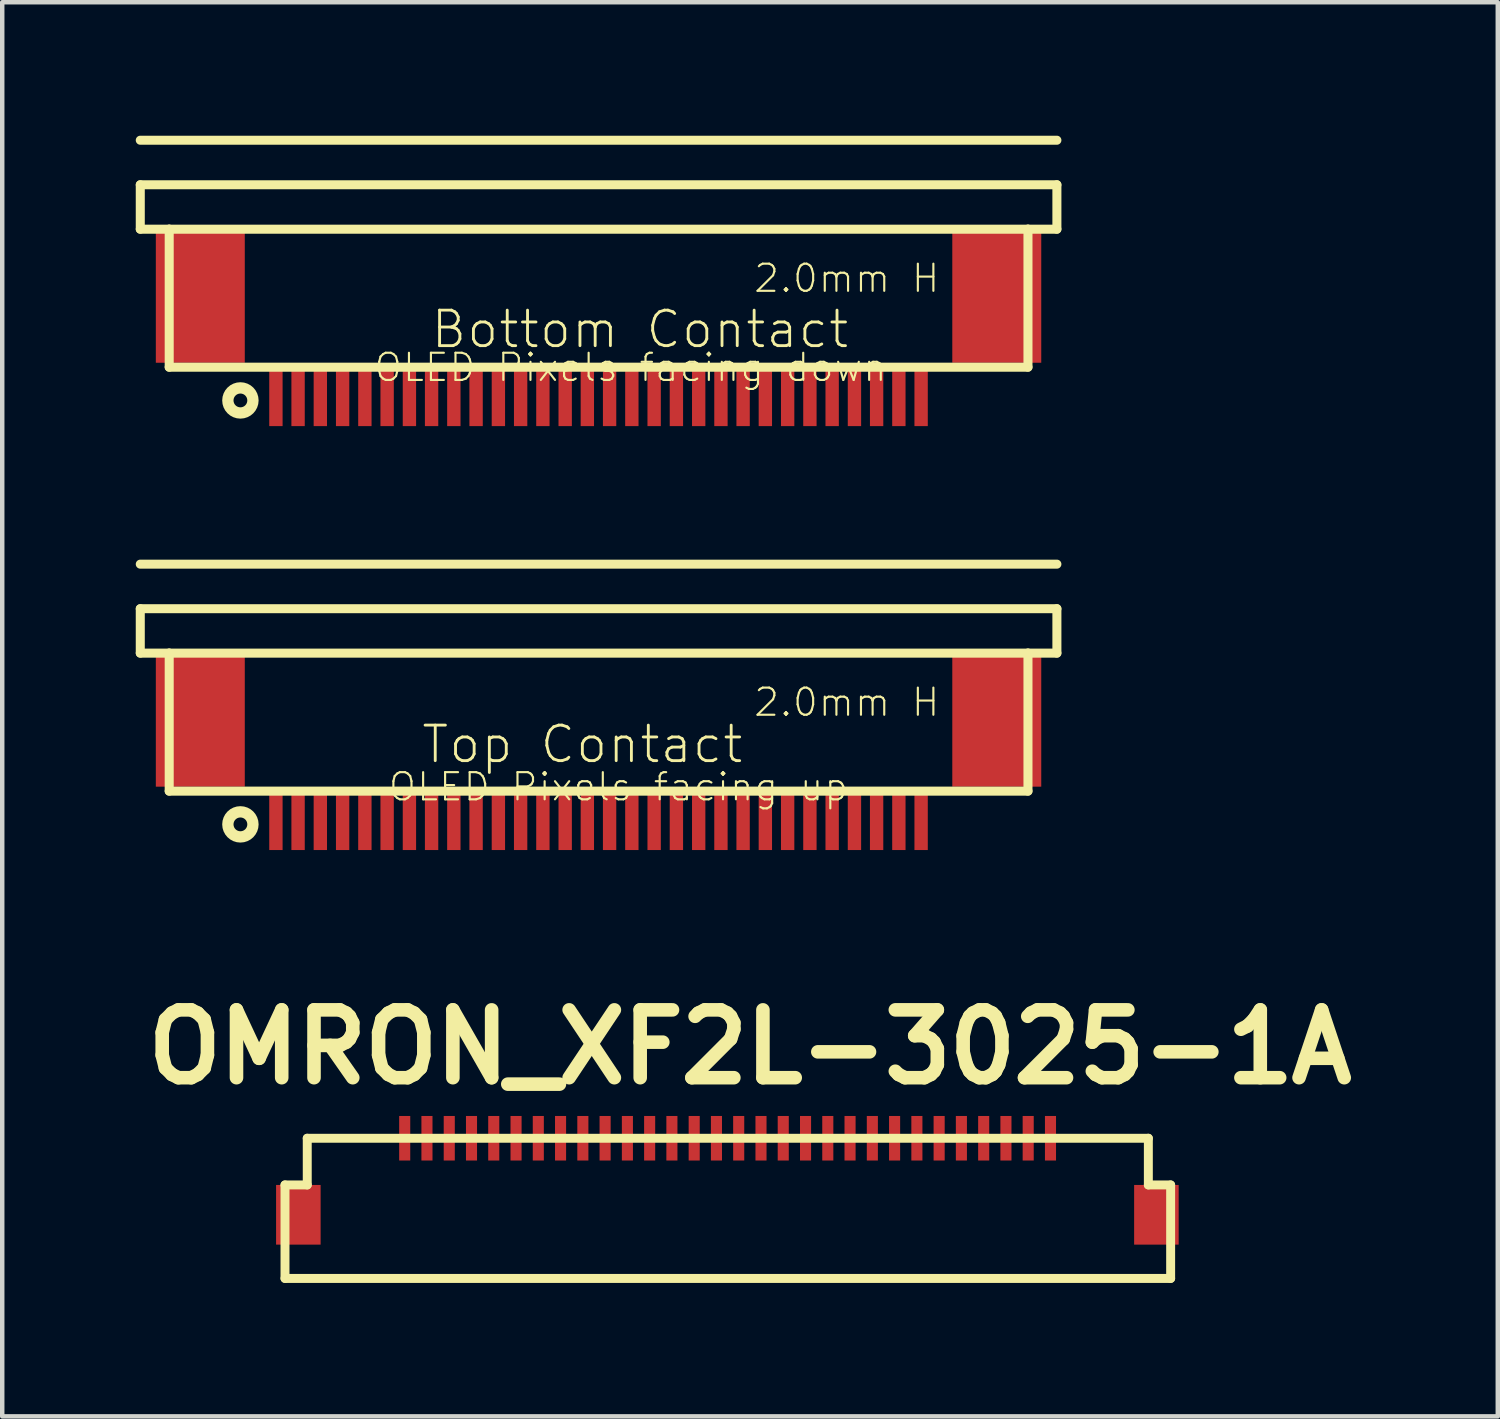
<source format=kicad_pcb>
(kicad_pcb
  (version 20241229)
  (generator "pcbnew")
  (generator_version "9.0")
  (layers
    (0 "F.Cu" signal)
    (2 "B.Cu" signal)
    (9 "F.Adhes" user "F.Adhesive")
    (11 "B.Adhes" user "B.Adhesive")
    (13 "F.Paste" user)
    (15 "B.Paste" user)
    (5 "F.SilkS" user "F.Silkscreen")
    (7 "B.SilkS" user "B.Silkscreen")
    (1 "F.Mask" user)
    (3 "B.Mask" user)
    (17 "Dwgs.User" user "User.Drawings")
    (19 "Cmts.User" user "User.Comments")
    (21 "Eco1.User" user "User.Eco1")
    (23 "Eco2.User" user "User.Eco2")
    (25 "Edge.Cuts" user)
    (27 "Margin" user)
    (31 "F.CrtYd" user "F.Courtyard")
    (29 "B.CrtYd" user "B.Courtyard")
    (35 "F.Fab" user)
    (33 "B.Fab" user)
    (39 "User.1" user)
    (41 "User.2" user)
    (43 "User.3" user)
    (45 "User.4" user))
  (footprint "OMRON_XF2L-3025-1A"
    (layer "F.Cu")
    (at 4.154 23.576)
    (property "Reference" "OMRON_XF2L-3025-1A" (at 9.649 -3.099 0) (layer "F.SilkS") (effects (font (size 1.524 1.524) (thickness 0.305))))
    (attr through_hole)
    (fp_line (start -0.8 0) (end -0.3 0) (stroke (width 0.201) (type solid)) (layer "F.SilkS"))
    (fp_line (start -0.8 2.101) (end -0.8 0) (stroke (width 0.201) (type solid)) (layer "F.SilkS"))
    (fp_line (start -0.8 2.101) (end 19.101 2.101) (stroke (width 0.201) (type solid)) (layer "F.SilkS"))
    (fp_line (start -0.3 -1.049) (end 18.6 -1.049) (stroke (width 0.201) (type solid)) (layer "F.SilkS"))
    (fp_line (start -0.3 0) (end -0.3 -1.049) (stroke (width 0.201) (type solid)) (layer "F.SilkS"))
    (fp_line (start 18.6 -1.049) (end 18.6 0) (stroke (width 0.201) (type solid)) (layer "F.SilkS"))
    (fp_line (start 18.6 0) (end 19.101 0) (stroke (width 0.201) (type solid)) (layer "F.SilkS"))
    (fp_line (start 19.101 0) (end 19.101 2.101) (stroke (width 0.201) (type solid)) (layer "F.SilkS"))
    (pad "1" smd rect (at 1.89 -1.049) (size 0.249 1.001) (layers "F.Cu" "F.Mask" "F.Paste"))
    (pad "2" smd rect (at 2.39 -1.049) (size 0.249 1.001) (layers "F.Cu" "F.Mask" "F.Paste"))
    (pad "3" smd rect (at 2.891 -1.049) (size 0.249 1.001) (layers "F.Cu" "F.Mask" "F.Paste"))
    (pad "4" smd rect (at 3.391 -1.049) (size 0.249 1.001) (layers "F.Cu" "F.Mask" "F.Paste"))
    (pad "5" smd rect (at 3.891 -1.049) (size 0.249 1.001) (layers "F.Cu" "F.Mask" "F.Paste"))
    (pad "6" smd rect (at 4.392 -1.049) (size 0.249 1.001) (layers "F.Cu" "F.Mask" "F.Paste"))
    (pad "7" smd rect (at 4.892 -1.049) (size 0.249 1.001) (layers "F.Cu" "F.Mask" "F.Paste"))
    (pad "8" smd rect (at 5.392 -1.049) (size 0.249 1.001) (layers "F.Cu" "F.Mask" "F.Paste"))
    (pad "9" smd rect (at 5.893 -1.049) (size 0.249 1.001) (layers "F.Cu" "F.Mask" "F.Paste"))
    (pad "10" smd rect (at 6.393 -1.049) (size 0.249 1.001) (layers "F.Cu" "F.Mask" "F.Paste"))
    (pad "11" smd rect (at 6.894 -1.049) (size 0.249 1.001) (layers "F.Cu" "F.Mask" "F.Paste"))
    (pad "12" smd rect (at 7.394 -1.049) (size 0.249 1.001) (layers "F.Cu" "F.Mask" "F.Paste"))
    (pad "13" smd rect (at 7.894 -1.049) (size 0.249 1.001) (layers "F.Cu" "F.Mask" "F.Paste"))
    (pad "14" smd rect (at 8.395 -1.049) (size 0.249 1.001) (layers "F.Cu" "F.Mask" "F.Paste"))
    (pad "15" smd rect (at 8.895 -1.049) (size 0.249 1.001) (layers "F.Cu" "F.Mask" "F.Paste"))
    (pad "16" smd rect (at 9.395 -1.049) (size 0.249 1.001) (layers "F.Cu" "F.Mask" "F.Paste"))
    (pad "17" smd rect (at 9.896 -1.049) (size 0.249 1.001) (layers "F.Cu" "F.Mask" "F.Paste"))
    (pad "18" smd rect (at 10.396 -1.049) (size 0.249 1.001) (layers "F.Cu" "F.Mask" "F.Paste"))
    (pad "19" smd rect (at 10.897 -1.049) (size 0.249 1.001) (layers "F.Cu" "F.Mask" "F.Paste"))
    (pad "20" smd rect (at 11.397 -1.049) (size 0.249 1.001) (layers "F.Cu" "F.Mask" "F.Paste"))
    (pad "21" smd rect (at 11.897 -1.049) (size 0.249 1.001) (layers "F.Cu" "F.Mask" "F.Paste"))
    (pad "22" smd rect (at 12.398 -1.049) (size 0.249 1.001) (layers "F.Cu" "F.Mask" "F.Paste"))
    (pad "23" smd rect (at 12.898 -1.049) (size 0.249 1.001) (layers "F.Cu" "F.Mask" "F.Paste"))
    (pad "24" smd rect (at 13.399 -1.049) (size 0.249 1.001) (layers "F.Cu" "F.Mask" "F.Paste"))
    (pad "25" smd rect (at 13.899 -1.049) (size 0.249 1.001) (layers "F.Cu" "F.Mask" "F.Paste"))
    (pad "26" smd rect (at 14.399 -1.049) (size 0.249 1.001) (layers "F.Cu" "F.Mask" "F.Paste"))
    (pad "27" smd rect (at 14.9 -1.049) (size 0.249 1.001) (layers "F.Cu" "F.Mask" "F.Paste"))
    (pad "28" smd rect (at 15.4 -1.049) (size 0.249 1.001) (layers "F.Cu" "F.Mask" "F.Paste"))
    (pad "29" smd rect (at 15.9 -1.049) (size 0.249 1.001) (layers "F.Cu" "F.Mask" "F.Paste"))
    (pad "30" smd rect (at 16.401 -1.049) (size 0.249 1.001) (layers "F.Cu" "F.Mask" "F.Paste"))
    (pad "S1" smd rect (at -0.5 0.671) (size 1.001 1.341) (layers "F.Cu" "F.Mask" "F.Paste"))
    (pad "S2" smd rect (at 18.781 0.671) (size 1.001 1.341) (layers "F.Cu" "F.Mask" "F.Paste")))
  (footprint "OLED-128C128-FPC-BOT"
    (layer "F.Cu")
    (at 3.15 5.9)
    (property "Reference" "OLED-128C128-FPC-BOT" (at 15.997 0.259 0) (layer "Eco1.User") (effects (font (size 0.406 0.406) (thickness 0.03))))
    (attr through_hole)
    (fp_line (start -3.048 -5.799) (end 17.549 -5.799) (stroke (width 0.203) (type solid)) (layer "F.SilkS"))
    (fp_line (start -3.048 -4.798) (end -3.048 -3.8) (stroke (width 0.203) (type solid)) (layer "F.SilkS"))
    (fp_line (start -3.048 -4.798) (end 17.549 -4.798) (stroke (width 0.203) (type solid)) (layer "F.SilkS"))
    (fp_line (start -3.048 -3.8) (end -2.398 -3.8) (stroke (width 0.203) (type solid)) (layer "F.SilkS"))
    (fp_line (start -2.398 -3.8) (end 16.899 -3.8) (stroke (width 0.203) (type solid)) (layer "F.SilkS"))
    (fp_line (start -2.398 -0.699) (end -2.398 -3.8) (stroke (width 0.203) (type solid)) (layer "F.SilkS"))
    (fp_line (start -2.398 -0.699) (end 16.899 -0.699) (stroke (width 0.203) (type solid)) (layer "F.SilkS"))
    (fp_line (start 16.899 -0.699) (end 16.899 -3.8) (stroke (width 0.203) (type solid)) (layer "F.SilkS"))
    (fp_line (start 17.549 -4.798) (end 17.549 -3.8) (stroke (width 0.203) (type solid)) (layer "F.SilkS"))
    (fp_line (start 17.549 -3.8) (end 16.899 -3.8) (stroke (width 0.203) (type solid)) (layer "F.SilkS"))
    (fp_circle (center -0.798 0.048) (end -0.516 0.048) (stroke (width 0.254) (type solid)) (fill no) (layer "F.SilkS"))
    (fp_text user "OLED Pixels facing down" (at 7.971 -0.693 0) (layer "F.SilkS") (effects (font (size 0.61 0.61) (thickness 0.048))))
    (fp_text user "Bottom Contact" (at 8.181 -1.549 0) (layer "F.SilkS") (effects (font (size 0.798 0.798) (thickness 0.064))))
    (fp_text user "2.0mm H" (at 12.827 -2.695 0) (layer "F.SilkS") (effects (font (size 0.61 0.61) (thickness 0.048))))
    (pad "1" smd rect (at 14.498 0 270) (size 1.25 0.3) (layers "F.Cu" "F.Mask" "F.Paste"))
    (pad "2" smd rect (at 13.998 0 270) (size 1.25 0.3) (layers "F.Cu" "F.Mask" "F.Paste"))
    (pad "3" smd rect (at 13.498 0 270) (size 1.25 0.3) (layers "F.Cu" "F.Mask" "F.Paste"))
    (pad "4" smd rect (at 13 0 270) (size 1.25 0.3) (layers "F.Cu" "F.Mask" "F.Paste"))
    (pad "5" smd rect (at 12.499 0 270) (size 1.25 0.3) (layers "F.Cu" "F.Mask" "F.Paste"))
    (pad "6" smd rect (at 11.999 0 270) (size 1.25 0.3) (layers "F.Cu" "F.Mask" "F.Paste"))
    (pad "7" smd rect (at 11.499 0 270) (size 1.25 0.3) (layers "F.Cu" "F.Mask" "F.Paste"))
    (pad "8" smd rect (at 10.998 0 270) (size 1.25 0.3) (layers "F.Cu" "F.Mask" "F.Paste"))
    (pad "9" smd rect (at 10.498 0 270) (size 1.25 0.3) (layers "F.Cu" "F.Mask" "F.Paste"))
    (pad "10" smd rect (at 10 0 270) (size 1.25 0.3) (layers "F.Cu" "F.Mask" "F.Paste"))
    (pad "11" smd rect (at 9.5 0 270) (size 1.25 0.3) (layers "F.Cu" "F.Mask" "F.Paste"))
    (pad "12" smd rect (at 8.999 0 270) (size 1.25 0.3) (layers "F.Cu" "F.Mask" "F.Paste"))
    (pad "13" smd rect (at 8.499 0 270) (size 1.25 0.3) (layers "F.Cu" "F.Mask" "F.Paste"))
    (pad "14" smd rect (at 7.998 0 270) (size 1.25 0.3) (layers "F.Cu" "F.Mask" "F.Paste"))
    (pad "15" smd rect (at 7.498 0 270) (size 1.25 0.3) (layers "F.Cu" "F.Mask" "F.Paste"))
    (pad "16" smd rect (at 6.998 0 270) (size 1.25 0.3) (layers "F.Cu" "F.Mask" "F.Paste"))
    (pad "17" smd rect (at 6.5 0 270) (size 1.25 0.3) (layers "F.Cu" "F.Mask" "F.Paste"))
    (pad "18" smd rect (at 5.999 0 270) (size 1.25 0.3) (layers "F.Cu" "F.Mask" "F.Paste"))
    (pad "19" smd rect (at 5.499 0 270) (size 1.25 0.3) (layers "F.Cu" "F.Mask" "F.Paste"))
    (pad "20" smd rect (at 4.999 0 270) (size 1.25 0.3) (layers "F.Cu" "F.Mask" "F.Paste"))
    (pad "21" smd rect (at 4.498 0 270) (size 1.25 0.3) (layers "F.Cu" "F.Mask" "F.Paste"))
    (pad "22" smd rect (at 3.998 0 270) (size 1.25 0.3) (layers "F.Cu" "F.Mask" "F.Paste"))
    (pad "23" smd rect (at 3.498 0 270) (size 1.25 0.3) (layers "F.Cu" "F.Mask" "F.Paste"))
    (pad "24" smd rect (at 3 0 270) (size 1.25 0.3) (layers "F.Cu" "F.Mask" "F.Paste"))
    (pad "25" smd rect (at 2.499 0 270) (size 1.25 0.3) (layers "F.Cu" "F.Mask" "F.Paste"))
    (pad "26" smd rect (at 1.999 0 270) (size 1.25 0.3) (layers "F.Cu" "F.Mask" "F.Paste"))
    (pad "27" smd rect (at 1.499 0 270) (size 1.25 0.3) (layers "F.Cu" "F.Mask" "F.Paste"))
    (pad "28" smd rect (at 0.998 0 270) (size 1.25 0.3) (layers "F.Cu" "F.Mask" "F.Paste"))
    (pad "29" smd rect (at 0.498 0 270) (size 1.25 0.3) (layers "F.Cu" "F.Mask" "F.Paste"))
    (pad "30" smd rect (at 0 0 270) (size 1.25 0.3) (layers "F.Cu" "F.Mask" "F.Paste"))
    (pad "MNT1" smd rect (at -1.699 -2.299) (size 1.999 3) (layers "F.Cu" "F.Mask" "F.Paste"))
    (pad "MNT2" smd rect (at 16.198 -2.299) (size 1.999 3) (layers "F.Cu" "F.Mask" "F.Paste")))
  (footprint "OLED-128X128-FPC-TOP"
    (layer "F.Cu")
    (at 3.15 15.426)
    (property "Reference" "OLED-128X128-FPC-TOP" (at 15.997 0.259 0) (layer "Eco1.User") (effects (font (size 0.406 0.406) (thickness 0.03))))
    (attr through_hole)
    (fp_line (start -3.048 -5.799) (end 17.549 -5.799) (stroke (width 0.203) (type solid)) (layer "F.SilkS"))
    (fp_line (start -3.048 -4.798) (end -3.048 -3.8) (stroke (width 0.203) (type solid)) (layer "F.SilkS"))
    (fp_line (start -3.048 -4.798) (end 17.549 -4.798) (stroke (width 0.203) (type solid)) (layer "F.SilkS"))
    (fp_line (start -3.048 -3.8) (end -2.398 -3.8) (stroke (width 0.203) (type solid)) (layer "F.SilkS"))
    (fp_line (start -2.398 -3.8) (end 16.899 -3.8) (stroke (width 0.203) (type solid)) (layer "F.SilkS"))
    (fp_line (start -2.398 -0.699) (end -2.398 -3.8) (stroke (width 0.203) (type solid)) (layer "F.SilkS"))
    (fp_line (start -2.398 -0.699) (end 16.899 -0.699) (stroke (width 0.203) (type solid)) (layer "F.SilkS"))
    (fp_line (start 16.899 -0.699) (end 16.899 -3.8) (stroke (width 0.203) (type solid)) (layer "F.SilkS"))
    (fp_line (start 17.549 -4.798) (end 17.549 -3.8) (stroke (width 0.203) (type solid)) (layer "F.SilkS"))
    (fp_line (start 17.549 -3.8) (end 16.899 -3.8) (stroke (width 0.203) (type solid)) (layer "F.SilkS"))
    (fp_circle (center -0.798 0.048) (end -0.516 0.048) (stroke (width 0.254) (type solid)) (fill no) (layer "F.SilkS"))
    (fp_text user "OLED Pixels facing up" (at 7.694 -0.795 0) (layer "F.SilkS") (effects (font (size 0.61 0.61) (thickness 0.048))))
    (fp_text user "Top Contact" (at 6.886 -1.75 0) (layer "F.SilkS") (effects (font (size 0.798 0.798) (thickness 0.064))))
    (fp_text user "2.0mm H" (at 12.827 -2.695 0) (layer "F.SilkS") (effects (font (size 0.61 0.61) (thickness 0.048))))
    (pad "1" smd rect (at 0 0 90) (size 1.25 0.3) (layers "F.Cu" "F.Mask" "F.Paste"))
    (pad "2" smd rect (at 0.498 0 90) (size 1.25 0.3) (layers "F.Cu" "F.Mask" "F.Paste"))
    (pad "3" smd rect (at 0.998 0 90) (size 1.25 0.3) (layers "F.Cu" "F.Mask" "F.Paste"))
    (pad "4" smd rect (at 1.499 0 90) (size 1.25 0.3) (layers "F.Cu" "F.Mask" "F.Paste"))
    (pad "5" smd rect (at 1.999 0 90) (size 1.25 0.3) (layers "F.Cu" "F.Mask" "F.Paste"))
    (pad "6" smd rect (at 2.499 0 90) (size 1.25 0.3) (layers "F.Cu" "F.Mask" "F.Paste"))
    (pad "7" smd rect (at 3 0 90) (size 1.25 0.3) (layers "F.Cu" "F.Mask" "F.Paste"))
    (pad "8" smd rect (at 3.498 0 90) (size 1.25 0.3) (layers "F.Cu" "F.Mask" "F.Paste"))
    (pad "9" smd rect (at 3.998 0 90) (size 1.25 0.3) (layers "F.Cu" "F.Mask" "F.Paste"))
    (pad "10" smd rect (at 4.498 0 90) (size 1.25 0.3) (layers "F.Cu" "F.Mask" "F.Paste"))
    (pad "11" smd rect (at 4.999 0 90) (size 1.25 0.3) (layers "F.Cu" "F.Mask" "F.Paste"))
    (pad "12" smd rect (at 5.499 0 90) (size 1.25 0.3) (layers "F.Cu" "F.Mask" "F.Paste"))
    (pad "13" smd rect (at 5.999 0 90) (size 1.25 0.3) (layers "F.Cu" "F.Mask" "F.Paste"))
    (pad "14" smd rect (at 6.5 0 90) (size 1.25 0.3) (layers "F.Cu" "F.Mask" "F.Paste"))
    (pad "15" smd rect (at 6.998 0 90) (size 1.25 0.3) (layers "F.Cu" "F.Mask" "F.Paste"))
    (pad "16" smd rect (at 7.498 0 90) (size 1.25 0.3) (layers "F.Cu" "F.Mask" "F.Paste"))
    (pad "17" smd rect (at 7.998 0 90) (size 1.25 0.3) (layers "F.Cu" "F.Mask" "F.Paste"))
    (pad "18" smd rect (at 8.499 0 90) (size 1.25 0.3) (layers "F.Cu" "F.Mask" "F.Paste"))
    (pad "19" smd rect (at 8.999 0 90) (size 1.25 0.3) (layers "F.Cu" "F.Mask" "F.Paste"))
    (pad "20" smd rect (at 9.5 0 90) (size 1.25 0.3) (layers "F.Cu" "F.Mask" "F.Paste"))
    (pad "21" smd rect (at 10 0 90) (size 1.25 0.3) (layers "F.Cu" "F.Mask" "F.Paste"))
    (pad "22" smd rect (at 10.498 0 90) (size 1.25 0.3) (layers "F.Cu" "F.Mask" "F.Paste"))
    (pad "23" smd rect (at 10.998 0 90) (size 1.25 0.3) (layers "F.Cu" "F.Mask" "F.Paste"))
    (pad "24" smd rect (at 11.499 0 90) (size 1.25 0.3) (layers "F.Cu" "F.Mask" "F.Paste"))
    (pad "25" smd rect (at 11.999 0 90) (size 1.25 0.3) (layers "F.Cu" "F.Mask" "F.Paste"))
    (pad "26" smd rect (at 12.499 0 90) (size 1.25 0.3) (layers "F.Cu" "F.Mask" "F.Paste"))
    (pad "27" smd rect (at 13 0 90) (size 1.25 0.3) (layers "F.Cu" "F.Mask" "F.Paste"))
    (pad "28" smd rect (at 13.498 0 90) (size 1.25 0.3) (layers "F.Cu" "F.Mask" "F.Paste"))
    (pad "29" smd rect (at 13.998 0 90) (size 1.25 0.3) (layers "F.Cu" "F.Mask" "F.Paste"))
    (pad "30" smd rect (at 14.498 0 90) (size 1.25 0.3) (layers "F.Cu" "F.Mask" "F.Paste"))
    (pad "MNT1" smd rect (at -1.699 -2.299) (size 1.999 3) (layers "F.Cu" "F.Mask" "F.Paste"))
    (pad "MNT2" smd rect (at 16.198 -2.299) (size 1.999 3) (layers "F.Cu" "F.Mask" "F.Paste")))
  (gr_rect
    (start -3 -3)
    (end 30.606 28.777)
    (stroke (width 0.1) (type default))
    (fill no)
    (layer "Edge.Cuts")))
</source>
